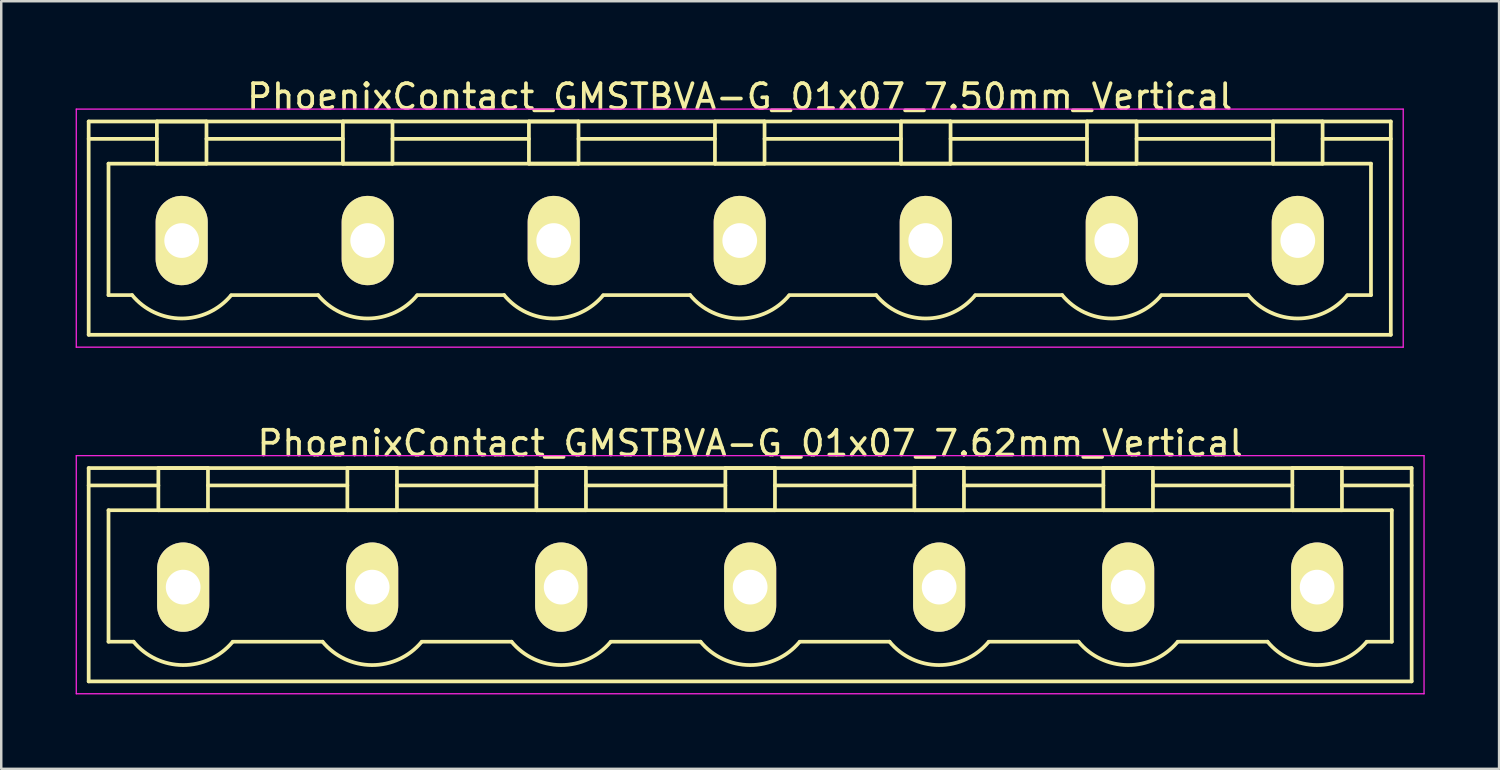
<source format=kicad_pcb>
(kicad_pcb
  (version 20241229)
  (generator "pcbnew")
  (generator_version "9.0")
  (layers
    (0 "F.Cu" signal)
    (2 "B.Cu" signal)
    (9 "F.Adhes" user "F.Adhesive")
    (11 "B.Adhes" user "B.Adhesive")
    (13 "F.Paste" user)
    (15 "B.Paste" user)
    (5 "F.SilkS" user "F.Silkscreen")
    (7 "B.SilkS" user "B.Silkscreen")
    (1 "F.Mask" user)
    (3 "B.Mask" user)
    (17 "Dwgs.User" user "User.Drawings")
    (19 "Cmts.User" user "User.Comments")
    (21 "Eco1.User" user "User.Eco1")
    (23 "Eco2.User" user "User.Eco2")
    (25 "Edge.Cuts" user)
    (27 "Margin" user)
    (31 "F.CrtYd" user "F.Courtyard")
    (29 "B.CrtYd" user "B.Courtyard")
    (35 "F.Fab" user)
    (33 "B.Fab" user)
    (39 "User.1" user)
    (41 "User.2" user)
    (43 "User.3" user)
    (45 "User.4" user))
  (footprint "PhoenixContact_GMSTBVA-G_01x07_7.62mm_Vertical"
    (layer "F.Cu")
    (at 4.335 20.622)
    (property "Reference" "PhoenixContact_GMSTBVA-G_01x07_7.62mm_Vertical" (at 22.86 -5.8 0) (layer "F.SilkS") (effects (font (size 1 1) (thickness 0.15))))
    (attr through_hole)
    (fp_line (start -3.81 -4.8) (end -3.81 3.8) (stroke (width 0.15) (type solid)) (layer "F.SilkS"))
    (fp_line (start -3.81 -4.1) (end -1 -4.1) (stroke (width 0.15) (type solid)) (layer "F.SilkS"))
    (fp_line (start -3.81 3.8) (end 49.53 3.8) (stroke (width 0.15) (type solid)) (layer "F.SilkS"))
    (fp_line (start -3.01 -3.1) (end 48.73 -3.1) (stroke (width 0.15) (type solid)) (layer "F.SilkS"))
    (fp_line (start -3.01 2.2) (end -3.01 -3.1) (stroke (width 0.15) (type solid)) (layer "F.SilkS"))
    (fp_line (start -2 2.2) (end -3.01 2.2) (stroke (width 0.15) (type solid)) (layer "F.SilkS"))
    (fp_line (start -1 -4.8) (end 1 -4.8) (stroke (width 0.15) (type solid)) (layer "F.SilkS"))
    (fp_line (start -1 -3.1) (end -1 -4.8) (stroke (width 0.15) (type solid)) (layer "F.SilkS"))
    (fp_line (start 1 -4.8) (end 1 -3.1) (stroke (width 0.15) (type solid)) (layer "F.SilkS"))
    (fp_line (start 1 -4.1) (end 6.62 -4.1) (stroke (width 0.15) (type solid)) (layer "F.SilkS"))
    (fp_line (start 1 -3.1) (end -1 -3.1) (stroke (width 0.15) (type solid)) (layer "F.SilkS"))
    (fp_line (start 2 2.2) (end 5.62 2.2) (stroke (width 0.15) (type solid)) (layer "F.SilkS"))
    (fp_line (start 6.62 -4.8) (end 8.62 -4.8) (stroke (width 0.15) (type solid)) (layer "F.SilkS"))
    (fp_line (start 6.62 -3.1) (end 6.62 -4.8) (stroke (width 0.15) (type solid)) (layer "F.SilkS"))
    (fp_line (start 8.62 -4.8) (end 8.62 -3.1) (stroke (width 0.15) (type solid)) (layer "F.SilkS"))
    (fp_line (start 8.62 -4.1) (end 14.24 -4.1) (stroke (width 0.15) (type solid)) (layer "F.SilkS"))
    (fp_line (start 8.62 -3.1) (end 6.62 -3.1) (stroke (width 0.15) (type solid)) (layer "F.SilkS"))
    (fp_line (start 9.62 2.2) (end 13.24 2.2) (stroke (width 0.15) (type solid)) (layer "F.SilkS"))
    (fp_line (start 14.24 -4.8) (end 16.24 -4.8) (stroke (width 0.15) (type solid)) (layer "F.SilkS"))
    (fp_line (start 14.24 -3.1) (end 14.24 -4.8) (stroke (width 0.15) (type solid)) (layer "F.SilkS"))
    (fp_line (start 16.24 -4.8) (end 16.24 -3.1) (stroke (width 0.15) (type solid)) (layer "F.SilkS"))
    (fp_line (start 16.24 -4.1) (end 21.86 -4.1) (stroke (width 0.15) (type solid)) (layer "F.SilkS"))
    (fp_line (start 16.24 -3.1) (end 14.24 -3.1) (stroke (width 0.15) (type solid)) (layer "F.SilkS"))
    (fp_line (start 17.24 2.2) (end 20.86 2.2) (stroke (width 0.15) (type solid)) (layer "F.SilkS"))
    (fp_line (start 21.86 -4.8) (end 23.86 -4.8) (stroke (width 0.15) (type solid)) (layer "F.SilkS"))
    (fp_line (start 21.86 -3.1) (end 21.86 -4.8) (stroke (width 0.15) (type solid)) (layer "F.SilkS"))
    (fp_line (start 23.86 -4.8) (end 23.86 -3.1) (stroke (width 0.15) (type solid)) (layer "F.SilkS"))
    (fp_line (start 23.86 -4.1) (end 29.48 -4.1) (stroke (width 0.15) (type solid)) (layer "F.SilkS"))
    (fp_line (start 23.86 -3.1) (end 21.86 -3.1) (stroke (width 0.15) (type solid)) (layer "F.SilkS"))
    (fp_line (start 24.86 2.2) (end 28.48 2.2) (stroke (width 0.15) (type solid)) (layer "F.SilkS"))
    (fp_line (start 29.48 -4.8) (end 31.48 -4.8) (stroke (width 0.15) (type solid)) (layer "F.SilkS"))
    (fp_line (start 29.48 -3.1) (end 29.48 -4.8) (stroke (width 0.15) (type solid)) (layer "F.SilkS"))
    (fp_line (start 31.48 -4.8) (end 31.48 -3.1) (stroke (width 0.15) (type solid)) (layer "F.SilkS"))
    (fp_line (start 31.48 -4.1) (end 37.1 -4.1) (stroke (width 0.15) (type solid)) (layer "F.SilkS"))
    (fp_line (start 31.48 -3.1) (end 29.48 -3.1) (stroke (width 0.15) (type solid)) (layer "F.SilkS"))
    (fp_line (start 32.48 2.2) (end 36.1 2.2) (stroke (width 0.15) (type solid)) (layer "F.SilkS"))
    (fp_line (start 37.1 -4.8) (end 39.1 -4.8) (stroke (width 0.15) (type solid)) (layer "F.SilkS"))
    (fp_line (start 37.1 -3.1) (end 37.1 -4.8) (stroke (width 0.15) (type solid)) (layer "F.SilkS"))
    (fp_line (start 39.1 -4.8) (end 39.1 -3.1) (stroke (width 0.15) (type solid)) (layer "F.SilkS"))
    (fp_line (start 39.1 -4.1) (end 44.72 -4.1) (stroke (width 0.15) (type solid)) (layer "F.SilkS"))
    (fp_line (start 39.1 -3.1) (end 37.1 -3.1) (stroke (width 0.15) (type solid)) (layer "F.SilkS"))
    (fp_line (start 40.1 2.2) (end 43.72 2.2) (stroke (width 0.15) (type solid)) (layer "F.SilkS"))
    (fp_line (start 44.72 -4.8) (end 46.72 -4.8) (stroke (width 0.15) (type solid)) (layer "F.SilkS"))
    (fp_line (start 44.72 -3.1) (end 44.72 -4.8) (stroke (width 0.15) (type solid)) (layer "F.SilkS"))
    (fp_line (start 46.72 -4.8) (end 46.72 -3.1) (stroke (width 0.15) (type solid)) (layer "F.SilkS"))
    (fp_line (start 46.72 -3.1) (end 44.72 -3.1) (stroke (width 0.15) (type solid)) (layer "F.SilkS"))
    (fp_line (start 48.73 -3.1) (end 48.73 2.2) (stroke (width 0.15) (type solid)) (layer "F.SilkS"))
    (fp_line (start 48.73 2.2) (end 47.72 2.2) (stroke (width 0.15) (type solid)) (layer "F.SilkS"))
    (fp_line (start 49.53 -4.8) (end -3.81 -4.8) (stroke (width 0.15) (type solid)) (layer "F.SilkS"))
    (fp_line (start 49.53 -4.1) (end 46.72 -4.1) (stroke (width 0.15) (type solid)) (layer "F.SilkS"))
    (fp_line (start 49.53 3.8) (end 49.53 -4.8) (stroke (width 0.15) (type solid)) (layer "F.SilkS"))
    (fp_arc (start 1.986842 2.215821) (mid -0.010289 3.142758) (end -2 2.2) (stroke (width 0.15) (type solid)) (layer "F.SilkS"))
    (fp_arc (start 9.606842 2.215821) (mid 7.609711 3.142758) (end 5.62 2.2) (stroke (width 0.15) (type solid)) (layer "F.SilkS"))
    (fp_arc (start 17.226842 2.215821) (mid 15.229711 3.142758) (end 13.24 2.2) (stroke (width 0.15) (type solid)) (layer "F.SilkS"))
    (fp_arc (start 24.846842 2.215821) (mid 22.849711 3.142758) (end 20.86 2.2) (stroke (width 0.15) (type solid)) (layer "F.SilkS"))
    (fp_arc (start 32.466842 2.215821) (mid 30.469711 3.142758) (end 28.48 2.2) (stroke (width 0.15) (type solid)) (layer "F.SilkS"))
    (fp_arc (start 40.086842 2.215821) (mid 38.089711 3.142758) (end 36.1 2.2) (stroke (width 0.15) (type solid)) (layer "F.SilkS"))
    (fp_arc (start 47.706842 2.215821) (mid 45.709711 3.142758) (end 43.72 2.2) (stroke (width 0.15) (type solid)) (layer "F.SilkS"))
    (fp_line (start -4.31 -5.3) (end -4.31 4.3) (stroke (width 0.05) (type solid)) (layer "F.CrtYd"))
    (fp_line (start -4.31 4.3) (end 50.03 4.3) (stroke (width 0.05) (type solid)) (layer "F.CrtYd"))
    (fp_line (start 50.03 -5.3) (end -4.31 -5.3) (stroke (width 0.05) (type solid)) (layer "F.CrtYd"))
    (fp_line (start 50.03 4.3) (end 50.03 -5.3) (stroke (width 0.05) (type solid)) (layer "F.CrtYd"))
    (pad "1" thru_hole oval (at 0 0) (size 2.1 3.6) (drill 1.4) (layers "*.Cu" "*.Mask" "F.SilkS"))
    (pad "2" thru_hole oval (at 7.62 0) (size 2.1 3.6) (drill 1.4) (layers "*.Cu" "*.Mask" "F.SilkS"))
    (pad "3" thru_hole oval (at 15.24 0) (size 2.1 3.6) (drill 1.4) (layers "*.Cu" "*.Mask" "F.SilkS"))
    (pad "4" thru_hole oval (at 22.86 0) (size 2.1 3.6) (drill 1.4) (layers "*.Cu" "*.Mask" "F.SilkS"))
    (pad "5" thru_hole oval (at 30.48 0) (size 2.1 3.6) (drill 1.4) (layers "*.Cu" "*.Mask" "F.SilkS"))
    (pad "6" thru_hole oval (at 38.1 0) (size 2.1 3.6) (drill 1.4) (layers "*.Cu" "*.Mask" "F.SilkS"))
    (pad "7" thru_hole oval (at 45.72 0) (size 2.1 3.6) (drill 1.4) (layers "*.Cu" "*.Mask" "F.SilkS")))
  (footprint "PhoenixContact_GMSTBVA-G_01x07_7.50mm_Vertical"
    (layer "F.Cu")
    (at 4.275 6.648)
    (property "Reference" "PhoenixContact_GMSTBVA-G_01x07_7.50mm_Vertical" (at 22.5 -5.8 0) (layer "F.SilkS") (effects (font (size 1 1) (thickness 0.15))))
    (attr through_hole)
    (fp_line (start -3.75 -4.8) (end -3.75 3.8) (stroke (width 0.15) (type solid)) (layer "F.SilkS"))
    (fp_line (start -3.75 -4.1) (end -1 -4.1) (stroke (width 0.15) (type solid)) (layer "F.SilkS"))
    (fp_line (start -3.75 3.8) (end 48.75 3.8) (stroke (width 0.15) (type solid)) (layer "F.SilkS"))
    (fp_line (start -2.95 -3.1) (end 47.95 -3.1) (stroke (width 0.15) (type solid)) (layer "F.SilkS"))
    (fp_line (start -2.95 2.2) (end -2.95 -3.1) (stroke (width 0.15) (type solid)) (layer "F.SilkS"))
    (fp_line (start -2 2.2) (end -2.95 2.2) (stroke (width 0.15) (type solid)) (layer "F.SilkS"))
    (fp_line (start -1 -4.8) (end 1 -4.8) (stroke (width 0.15) (type solid)) (layer "F.SilkS"))
    (fp_line (start -1 -3.1) (end -1 -4.8) (stroke (width 0.15) (type solid)) (layer "F.SilkS"))
    (fp_line (start 1 -4.8) (end 1 -3.1) (stroke (width 0.15) (type solid)) (layer "F.SilkS"))
    (fp_line (start 1 -4.1) (end 6.5 -4.1) (stroke (width 0.15) (type solid)) (layer "F.SilkS"))
    (fp_line (start 1 -3.1) (end -1 -3.1) (stroke (width 0.15) (type solid)) (layer "F.SilkS"))
    (fp_line (start 2 2.2) (end 5.5 2.2) (stroke (width 0.15) (type solid)) (layer "F.SilkS"))
    (fp_line (start 6.5 -4.8) (end 8.5 -4.8) (stroke (width 0.15) (type solid)) (layer "F.SilkS"))
    (fp_line (start 6.5 -3.1) (end 6.5 -4.8) (stroke (width 0.15) (type solid)) (layer "F.SilkS"))
    (fp_line (start 8.5 -4.8) (end 8.5 -3.1) (stroke (width 0.15) (type solid)) (layer "F.SilkS"))
    (fp_line (start 8.5 -4.1) (end 14 -4.1) (stroke (width 0.15) (type solid)) (layer "F.SilkS"))
    (fp_line (start 8.5 -3.1) (end 6.5 -3.1) (stroke (width 0.15) (type solid)) (layer "F.SilkS"))
    (fp_line (start 9.5 2.2) (end 13 2.2) (stroke (width 0.15) (type solid)) (layer "F.SilkS"))
    (fp_line (start 14 -4.8) (end 16 -4.8) (stroke (width 0.15) (type solid)) (layer "F.SilkS"))
    (fp_line (start 14 -3.1) (end 14 -4.8) (stroke (width 0.15) (type solid)) (layer "F.SilkS"))
    (fp_line (start 16 -4.8) (end 16 -3.1) (stroke (width 0.15) (type solid)) (layer "F.SilkS"))
    (fp_line (start 16 -4.1) (end 21.5 -4.1) (stroke (width 0.15) (type solid)) (layer "F.SilkS"))
    (fp_line (start 16 -3.1) (end 14 -3.1) (stroke (width 0.15) (type solid)) (layer "F.SilkS"))
    (fp_line (start 17 2.2) (end 20.5 2.2) (stroke (width 0.15) (type solid)) (layer "F.SilkS"))
    (fp_line (start 21.5 -4.8) (end 23.5 -4.8) (stroke (width 0.15) (type solid)) (layer "F.SilkS"))
    (fp_line (start 21.5 -3.1) (end 21.5 -4.8) (stroke (width 0.15) (type solid)) (layer "F.SilkS"))
    (fp_line (start 23.5 -4.8) (end 23.5 -3.1) (stroke (width 0.15) (type solid)) (layer "F.SilkS"))
    (fp_line (start 23.5 -4.1) (end 29 -4.1) (stroke (width 0.15) (type solid)) (layer "F.SilkS"))
    (fp_line (start 23.5 -3.1) (end 21.5 -3.1) (stroke (width 0.15) (type solid)) (layer "F.SilkS"))
    (fp_line (start 24.5 2.2) (end 28 2.2) (stroke (width 0.15) (type solid)) (layer "F.SilkS"))
    (fp_line (start 29 -4.8) (end 31 -4.8) (stroke (width 0.15) (type solid)) (layer "F.SilkS"))
    (fp_line (start 29 -3.1) (end 29 -4.8) (stroke (width 0.15) (type solid)) (layer "F.SilkS"))
    (fp_line (start 31 -4.8) (end 31 -3.1) (stroke (width 0.15) (type solid)) (layer "F.SilkS"))
    (fp_line (start 31 -4.1) (end 36.5 -4.1) (stroke (width 0.15) (type solid)) (layer "F.SilkS"))
    (fp_line (start 31 -3.1) (end 29 -3.1) (stroke (width 0.15) (type solid)) (layer "F.SilkS"))
    (fp_line (start 32 2.2) (end 35.5 2.2) (stroke (width 0.15) (type solid)) (layer "F.SilkS"))
    (fp_line (start 36.5 -4.8) (end 38.5 -4.8) (stroke (width 0.15) (type solid)) (layer "F.SilkS"))
    (fp_line (start 36.5 -3.1) (end 36.5 -4.8) (stroke (width 0.15) (type solid)) (layer "F.SilkS"))
    (fp_line (start 38.5 -4.8) (end 38.5 -3.1) (stroke (width 0.15) (type solid)) (layer "F.SilkS"))
    (fp_line (start 38.5 -4.1) (end 44 -4.1) (stroke (width 0.15) (type solid)) (layer "F.SilkS"))
    (fp_line (start 38.5 -3.1) (end 36.5 -3.1) (stroke (width 0.15) (type solid)) (layer "F.SilkS"))
    (fp_line (start 39.5 2.2) (end 43 2.2) (stroke (width 0.15) (type solid)) (layer "F.SilkS"))
    (fp_line (start 44 -4.8) (end 46 -4.8) (stroke (width 0.15) (type solid)) (layer "F.SilkS"))
    (fp_line (start 44 -3.1) (end 44 -4.8) (stroke (width 0.15) (type solid)) (layer "F.SilkS"))
    (fp_line (start 46 -4.8) (end 46 -3.1) (stroke (width 0.15) (type solid)) (layer "F.SilkS"))
    (fp_line (start 46 -3.1) (end 44 -3.1) (stroke (width 0.15) (type solid)) (layer "F.SilkS"))
    (fp_line (start 47.95 -3.1) (end 47.95 2.2) (stroke (width 0.15) (type solid)) (layer "F.SilkS"))
    (fp_line (start 47.95 2.2) (end 47 2.2) (stroke (width 0.15) (type solid)) (layer "F.SilkS"))
    (fp_line (start 48.75 -4.8) (end -3.75 -4.8) (stroke (width 0.15) (type solid)) (layer "F.SilkS"))
    (fp_line (start 48.75 -4.1) (end 46 -4.1) (stroke (width 0.15) (type solid)) (layer "F.SilkS"))
    (fp_line (start 48.75 3.8) (end 48.75 -4.8) (stroke (width 0.15) (type solid)) (layer "F.SilkS"))
    (fp_arc (start 1.986842 2.215821) (mid -0.010289 3.142758) (end -2 2.2) (stroke (width 0.15) (type solid)) (layer "F.SilkS"))
    (fp_arc (start 9.486842 2.215821) (mid 7.489711 3.142758) (end 5.5 2.2) (stroke (width 0.15) (type solid)) (layer "F.SilkS"))
    (fp_arc (start 16.986842 2.215821) (mid 14.989711 3.142758) (end 13 2.2) (stroke (width 0.15) (type solid)) (layer "F.SilkS"))
    (fp_arc (start 24.486842 2.215821) (mid 22.489711 3.142758) (end 20.5 2.2) (stroke (width 0.15) (type solid)) (layer "F.SilkS"))
    (fp_arc (start 31.986842 2.215821) (mid 29.989711 3.142758) (end 28 2.2) (stroke (width 0.15) (type solid)) (layer "F.SilkS"))
    (fp_arc (start 39.486842 2.215821) (mid 37.489711 3.142758) (end 35.5 2.2) (stroke (width 0.15) (type solid)) (layer "F.SilkS"))
    (fp_arc (start 46.986842 2.215821) (mid 44.989711 3.142758) (end 43 2.2) (stroke (width 0.15) (type solid)) (layer "F.SilkS"))
    (fp_line (start -4.25 -5.3) (end -4.25 4.3) (stroke (width 0.05) (type solid)) (layer "F.CrtYd"))
    (fp_line (start -4.25 4.3) (end 49.25 4.3) (stroke (width 0.05) (type solid)) (layer "F.CrtYd"))
    (fp_line (start 49.25 -5.3) (end -4.25 -5.3) (stroke (width 0.05) (type solid)) (layer "F.CrtYd"))
    (fp_line (start 49.25 4.3) (end 49.25 -5.3) (stroke (width 0.05) (type solid)) (layer "F.CrtYd"))
    (pad "1" thru_hole oval (at 0 0) (size 2.1 3.6) (drill 1.4) (layers "*.Cu" "*.Mask" "F.SilkS"))
    (pad "2" thru_hole oval (at 7.5 0) (size 2.1 3.6) (drill 1.4) (layers "*.Cu" "*.Mask" "F.SilkS"))
    (pad "3" thru_hole oval (at 15 0) (size 2.1 3.6) (drill 1.4) (layers "*.Cu" "*.Mask" "F.SilkS"))
    (pad "4" thru_hole oval (at 22.5 0) (size 2.1 3.6) (drill 1.4) (layers "*.Cu" "*.Mask" "F.SilkS"))
    (pad "5" thru_hole oval (at 30 0) (size 2.1 3.6) (drill 1.4) (layers "*.Cu" "*.Mask" "F.SilkS"))
    (pad "6" thru_hole oval (at 37.5 0) (size 2.1 3.6) (drill 1.4) (layers "*.Cu" "*.Mask" "F.SilkS"))
    (pad "7" thru_hole oval (at 45 0) (size 2.1 3.6) (drill 1.4) (layers "*.Cu" "*.Mask" "F.SilkS")))
  (gr_rect
    (start -3 -3)
    (end 57.39 27.947)
    (stroke (width 0.1) (type default))
    (fill no)
    (layer "Edge.Cuts")))
</source>
